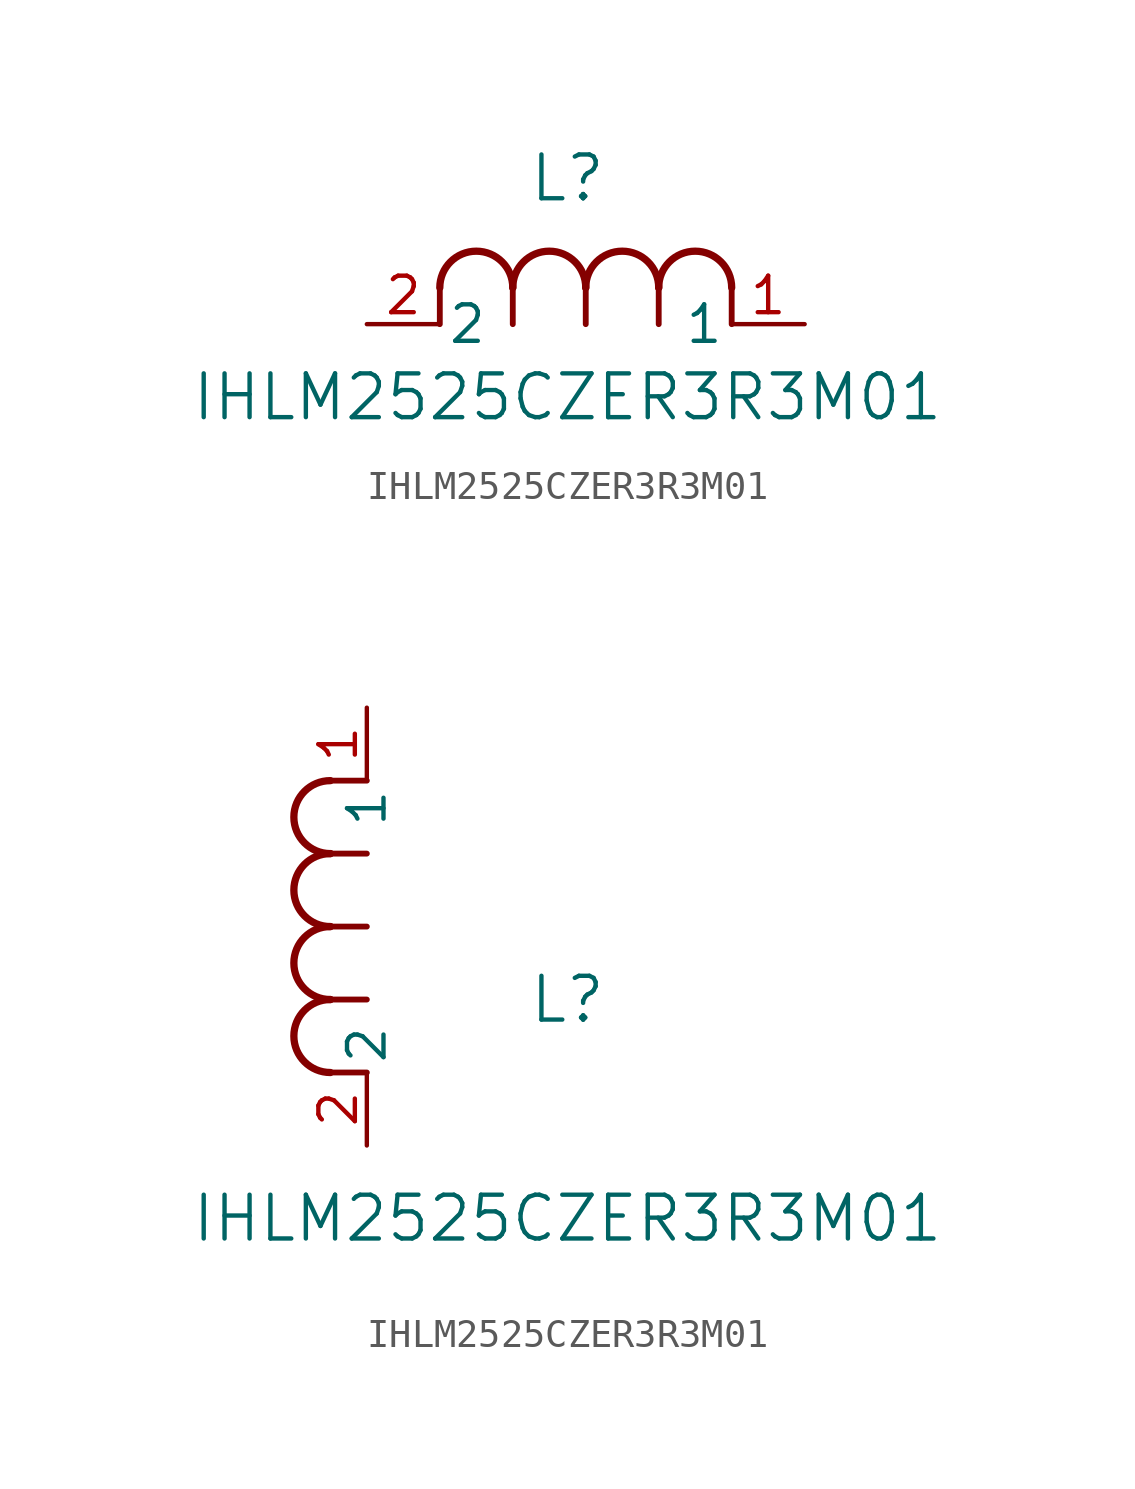
<source format=kicad_sym>
(kicad_symbol_lib
  (version 20211014)
  (generator kicad_symbol_editor)
  (symbol "IHLM2525CZER3R3M01"
    (pin_names
      (offset 0.254))
    (property "Reference" "L"
      (at 6.985 5.08 0)
      (effects (font (size 1.524 1.524))))
    (property "Value" "IHLM2525CZER3R3M01"
      (at 6.985 -2.54 0)
      (effects (font (size 1.524 1.524))))
    (symbol "IHLM2525CZER3R3M01_1_1"
      (arc (start 7.62 1.27) (mid 6.35 2.54) (end 5.08 1.27) (stroke (width 0.254) (type default) (color 0 0 0 0)) (fill (type none)))
      (polyline (pts (xy 5.08 0) (xy 5.08 1.27)) (stroke (width 0.203) (type default) (color 0 0 0 0)) (fill (type none)))
      (polyline (pts (xy 7.62 0) (xy 7.62 1.27)) (stroke (width 0.203) (type default) (color 0 0 0 0)) (fill (type none)))
      (polyline (pts (xy 12.7 0) (xy 12.7 1.27)) (stroke (width 0.203) (type default) (color 0 0 0 0)) (fill (type none)))
      (arc (start 5.08 1.27) (mid 3.81 2.54) (end 2.54 1.27) (stroke (width 0.254) (type default) (color 0 0 0 0)) (fill (type none)))
      (arc (start 10.16 1.27) (mid 8.89 2.54) (end 7.62 1.27) (stroke (width 0.254) (type default) (color 0 0 0 0)) (fill (type none)))
      (arc (start 12.7 1.27) (mid 11.43 2.54) (end 10.16 1.27) (stroke (width 0.254) (type default) (color 0 0 0 0)) (fill (type none)))
      (polyline (pts (xy 2.54 0) (xy 2.54 1.27)) (stroke (width 0.203) (type default) (color 0 0 0 0)) (fill (type none)))
      (polyline (pts (xy 10.16 0) (xy 10.16 1.27)) (stroke (width 0.203) (type default) (color 0 0 0 0)) (fill (type none)))
      (pin unspecified line (at 0 0 0) (length 2.54) (name "2" (effects (font (size 1.27 1.27)))) (number "2" (effects (font (size 1.27 1.27)))))
      (pin unspecified line (at 15.24 0 180) (length 2.54) (name "1" (effects (font (size 1.27 1.27)))) (number "1" (effects (font (size 1.27 1.27))))))
    (symbol "IHLM2525CZER3R3M01_1_2"
      (arc (start -1.27 7.62) (mid -2.54 6.35) (end -1.27 5.08) (stroke (width 0.254) (type default) (color 0 0 0 0)) (fill (type none)))
      (arc (start -1.27 5.08) (mid -2.54 3.81) (end -1.27 2.54) (stroke (width 0.254) (type default) (color 0 0 0 0)) (fill (type none)))
      (arc (start -1.27 12.7) (mid -2.54 11.43) (end -1.27 10.16) (stroke (width 0.254) (type default) (color 0 0 0 0)) (fill (type none)))
      (arc (start -1.27 10.16) (mid -2.54 8.89) (end -1.27 7.62) (stroke (width 0.254) (type default) (color 0 0 0 0)) (fill (type none)))
      (polyline (pts (xy 0 7.62) (xy -1.27 7.62)) (stroke (width 0.203) (type default) (color 0 0 0 0)) (fill (type none)))
      (polyline (pts (xy 0 5.08) (xy -1.27 5.08)) (stroke (width 0.203) (type default) (color 0 0 0 0)) (fill (type none)))
      (polyline (pts (xy 0 12.7) (xy -1.27 12.7)) (stroke (width 0.203) (type default) (color 0 0 0 0)) (fill (type none)))
      (polyline (pts (xy 0 2.54) (xy -1.27 2.54)) (stroke (width 0.203) (type default) (color 0 0 0 0)) (fill (type none)))
      (polyline (pts (xy 0 10.16) (xy -1.27 10.16)) (stroke (width 0.203) (type default) (color 0 0 0 0)) (fill (type none)))
      (pin unspecified line (at 0 0 90) (length 2.54) (name "2" (effects (font (size 1.27 1.27)))) (number "2" (effects (font (size 1.27 1.27)))))
      (pin unspecified line (at 0 15.24 270) (length 2.54) (name "1" (effects (font (size 1.27 1.27)))) (number "1" (effects (font (size 1.27 1.27))))))))
</source>
